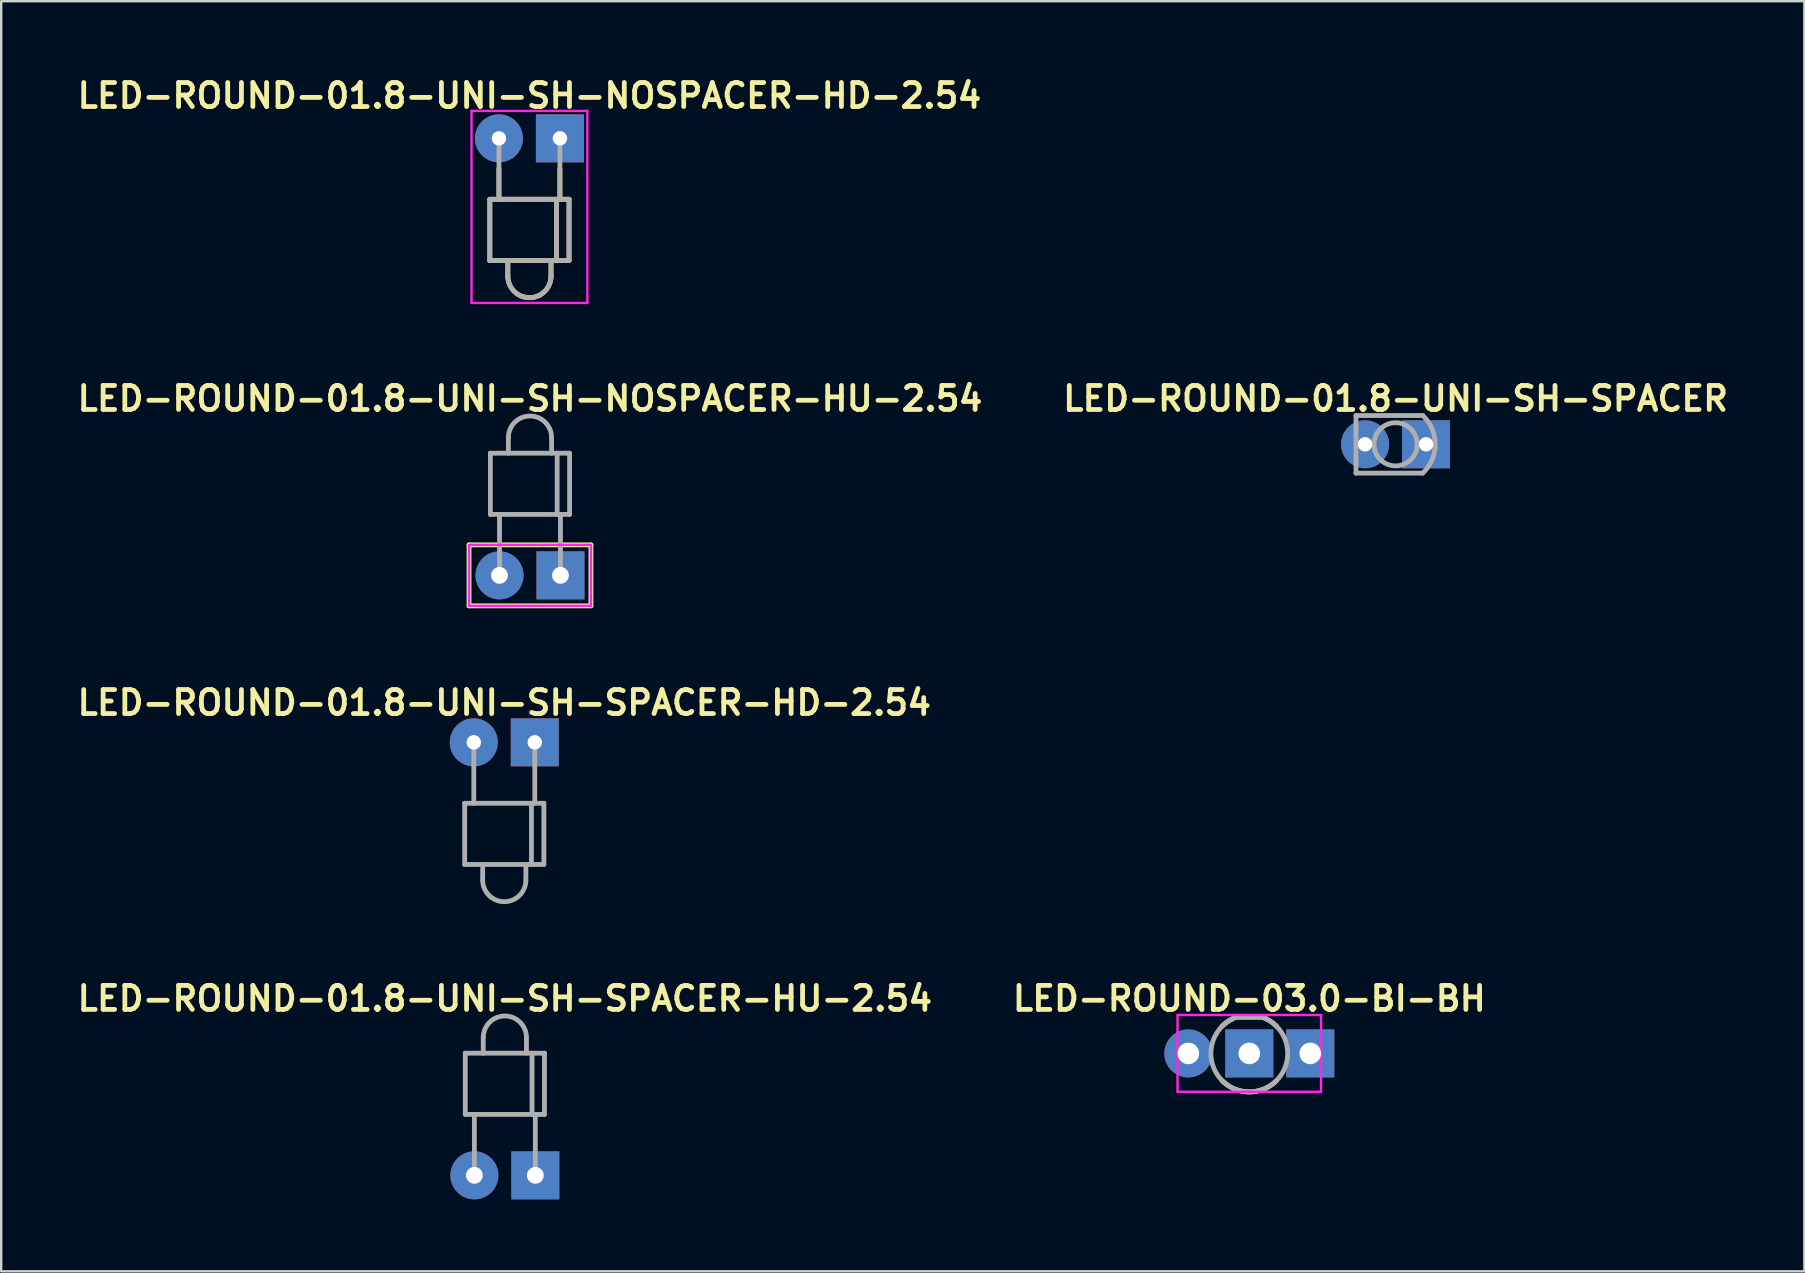
<source format=kicad_pcb>
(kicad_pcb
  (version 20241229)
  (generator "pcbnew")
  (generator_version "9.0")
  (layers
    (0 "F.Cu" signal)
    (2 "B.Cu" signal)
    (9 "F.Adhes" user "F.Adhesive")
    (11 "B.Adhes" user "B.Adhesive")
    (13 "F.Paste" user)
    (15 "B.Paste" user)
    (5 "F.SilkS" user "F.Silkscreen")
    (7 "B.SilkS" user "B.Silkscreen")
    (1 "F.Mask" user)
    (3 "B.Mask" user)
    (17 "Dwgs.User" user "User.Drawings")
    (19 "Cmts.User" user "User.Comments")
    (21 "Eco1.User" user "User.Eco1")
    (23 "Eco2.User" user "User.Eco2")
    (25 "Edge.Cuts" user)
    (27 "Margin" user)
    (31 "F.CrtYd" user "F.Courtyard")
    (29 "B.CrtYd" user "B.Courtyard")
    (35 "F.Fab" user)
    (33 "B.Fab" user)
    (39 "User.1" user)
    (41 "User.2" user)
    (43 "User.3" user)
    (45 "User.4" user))
  (footprint "LED-ROUND-01.8-UNI-SH-SPACER"
    (layer "F.Cu")
    (at 55.1 15.463)
    (property "Reference" "LED-ROUND-01.8-UNI-SH-SPACER" (at 0 -1.905 0) (layer "F.SilkS") (effects (font (size 1 1) (thickness 0.2))))
    (attr through_hole)
    (fp_line (start -1.65 -1.2) (end -1.65 1.2) (stroke (width 0.2) (type solid)) (layer "F.Fab"))
    (fp_line (start -1.65 -1.2) (end 1.132 -1.2) (stroke (width 0.2) (type solid)) (layer "F.Fab"))
    (fp_line (start -1.65 1.2) (end 1.132 1.2) (stroke (width 0.2) (type solid)) (layer "F.Fab"))
    (fp_arc (start 1.13282 -1.199674) (mid 1.65 0.000237) (end 1.132475 1.2) (stroke (width 0.2) (type solid)) (layer "F.Fab"))
    (fp_circle (center 0 0) (end 0.9 0) (stroke (width 0.2) (type solid)) (fill no) (layer "F.Fab"))
    (pad "A" thru_hole rect (at 1.27 0) (size 2 2) (drill 0.6) (layers "B.Cu" "B.Mask"))
    (pad "C" thru_hole circle (at -1.27 0) (size 2 2) (drill 0.6) (layers "B.Cu" "B.Mask")))
  (footprint "LED-ROUND-01.8-UNI-SH-NOSPACER-HD-2.54"
    (layer "F.Cu")
    (at 19.01 2.714)
    (property "Reference" "LED-ROUND-01.8-UNI-SH-NOSPACER-HD-2.54" (at 0 -1.778 0) (layer "F.SilkS") (effects (font (size 1 1) (thickness 0.2))))
    (attr through_hole)
    (fp_line (start -1.65 2.54) (end 1.65 2.54) (stroke (width 0.2) (type solid)) (layer "F.SilkS"))
    (fp_line (start -1.65 5.09) (end -1.65 2.54) (stroke (width 0.2) (type solid)) (layer "F.SilkS"))
    (fp_line (start -1.65 5.09) (end 1.65 5.09) (stroke (width 0.2) (type solid)) (layer "F.SilkS"))
    (fp_line (start -1.27 2.54) (end -1.27 1.27) (stroke (width 0.2) (type solid)) (layer "F.SilkS"))
    (fp_line (start -0.9 5.74) (end -0.9 5.09) (stroke (width 0.2) (type solid)) (layer "F.SilkS"))
    (fp_line (start 0.9 5.74) (end 0.9 5.09) (stroke (width 0.2) (type solid)) (layer "F.SilkS"))
    (fp_line (start 1.132 5.09) (end 1.132 2.54) (stroke (width 0.2) (type solid)) (layer "F.SilkS"))
    (fp_line (start 1.27 2.54) (end 1.27 1.27) (stroke (width 0.2) (type solid)) (layer "F.SilkS"))
    (fp_line (start 1.65 5.09) (end 1.65 2.54) (stroke (width 0.2) (type solid)) (layer "F.SilkS"))
    (fp_arc (start 0.9 5.74) (mid 0 6.64) (end -0.9 5.74) (stroke (width 0.2) (type solid)) (layer "F.SilkS"))
    (fp_line (start -2.413 -1.143) (end 2.413 -1.143) (stroke (width 0.1) (type solid)) (layer "F.CrtYd"))
    (fp_line (start -2.413 6.858) (end -2.413 -1.143) (stroke (width 0.1) (type solid)) (layer "F.CrtYd"))
    (fp_line (start -2.413 6.858) (end 2.413 6.858) (stroke (width 0.1) (type solid)) (layer "F.CrtYd"))
    (fp_line (start 2.413 6.858) (end 2.413 -1.143) (stroke (width 0.1) (type solid)) (layer "F.CrtYd"))
    (fp_line (start -1.65 2.54) (end 1.65 2.54) (stroke (width 0.2) (type solid)) (layer "F.Fab"))
    (fp_line (start -1.65 5.09) (end -1.65 2.54) (stroke (width 0.2) (type solid)) (layer "F.Fab"))
    (fp_line (start -1.65 5.09) (end 1.65 5.09) (stroke (width 0.2) (type solid)) (layer "F.Fab"))
    (fp_line (start -1.27 2.54) (end -1.27 0) (stroke (width 0.2) (type solid)) (layer "F.Fab"))
    (fp_line (start -0.9 5.74) (end -0.9 5.09) (stroke (width 0.2) (type solid)) (layer "F.Fab"))
    (fp_line (start 0.9 5.74) (end 0.9 5.09) (stroke (width 0.2) (type solid)) (layer "F.Fab"))
    (fp_line (start 1.132 5.09) (end 1.132 2.54) (stroke (width 0.2) (type solid)) (layer "F.Fab"))
    (fp_line (start 1.27 2.54) (end 1.27 0) (stroke (width 0.2) (type solid)) (layer "F.Fab"))
    (fp_line (start 1.65 5.09) (end 1.65 2.54) (stroke (width 0.2) (type solid)) (layer "F.Fab"))
    (fp_arc (start 0.9 5.74) (mid 0 6.64) (end -0.9 5.74) (stroke (width 0.2) (type solid)) (layer "F.Fab"))
    (pad "A" thru_hole rect (at 1.27 0) (size 2 2) (drill 0.6) (layers "*.Cu" "*.Mask"))
    (pad "C" thru_hole circle (at -1.27 0) (size 2 2) (drill 0.6) (layers "*.Cu" "*.Mask")))
  (footprint "LED-ROUND-01.8-UNI-SH-SPACER-HD-2.54"
    (layer "F.Cu")
    (at 17.962 27.881)
    (property "Reference" "LED-ROUND-01.8-UNI-SH-SPACER-HD-2.54" (at 0 -1.651 0) (layer "F.SilkS") (effects (font (size 1 1) (thickness 0.2))))
    (attr through_hole)
    (fp_line (start -1.65 2.54) (end 1.65 2.54) (stroke (width 0.2) (type solid)) (layer "F.Fab"))
    (fp_line (start -1.65 5.09) (end -1.65 2.54) (stroke (width 0.2) (type solid)) (layer "F.Fab"))
    (fp_line (start -1.65 5.09) (end 1.65 5.09) (stroke (width 0.2) (type solid)) (layer "F.Fab"))
    (fp_line (start -1.27 2.54) (end -1.27 0) (stroke (width 0.2) (type solid)) (layer "F.Fab"))
    (fp_line (start -0.9 5.74) (end -0.9 5.09) (stroke (width 0.2) (type solid)) (layer "F.Fab"))
    (fp_line (start 0.9 5.74) (end 0.9 5.09) (stroke (width 0.2) (type solid)) (layer "F.Fab"))
    (fp_line (start 1.132 5.09) (end 1.132 2.54) (stroke (width 0.2) (type solid)) (layer "F.Fab"))
    (fp_line (start 1.27 2.54) (end 1.27 0) (stroke (width 0.2) (type solid)) (layer "F.Fab"))
    (fp_line (start 1.65 5.09) (end 1.65 2.54) (stroke (width 0.2) (type solid)) (layer "F.Fab"))
    (fp_arc (start 0.9 5.74) (mid 0 6.64) (end -0.9 5.74) (stroke (width 0.2) (type solid)) (layer "F.Fab"))
    (pad "A" thru_hole rect (at 1.27 0) (size 2 2) (drill 0.6) (layers "B.Cu" "B.Mask"))
    (pad "C" thru_hole circle (at -1.27 0) (size 2 2) (drill 0.6) (layers "B.Cu" "B.Mask")))
  (footprint "LED-ROUND-01.8-UNI-SH-NOSPACER-HU-2.54"
    (layer "F.Cu")
    (at 19.033 20.924)
    (property "Reference" "LED-ROUND-01.8-UNI-SH-NOSPACER-HU-2.54" (at 0 -7.366 0) (layer "F.SilkS") (effects (font (size 1 1) (thickness 0.2))))
    (attr through_hole)
    (fp_line (start -2.54 -1.27) (end -2.54 1.27) (stroke (width 0.2) (type solid)) (layer "F.SilkS"))
    (fp_line (start -2.54 -1.27) (end 2.54 -1.27) (stroke (width 0.2) (type solid)) (layer "F.SilkS"))
    (fp_line (start -2.54 1.27) (end 2.54 1.27) (stroke (width 0.2) (type solid)) (layer "F.SilkS"))
    (fp_line (start 2.54 -1.27) (end 2.54 1.27) (stroke (width 0.2) (type solid)) (layer "F.SilkS"))
    (fp_line (start -2.54 -1.27) (end -2.54 1.27) (stroke (width 0.1) (type solid)) (layer "F.CrtYd"))
    (fp_line (start -2.54 -1.27) (end 2.54 -1.27) (stroke (width 0.1) (type solid)) (layer "F.CrtYd"))
    (fp_line (start -2.54 1.27) (end 2.54 1.27) (stroke (width 0.1) (type solid)) (layer "F.CrtYd"))
    (fp_line (start 2.54 -1.27) (end 2.54 1.27) (stroke (width 0.1) (type solid)) (layer "F.CrtYd"))
    (fp_line (start -1.65 -5.09) (end -1.65 -2.54) (stroke (width 0.2) (type solid)) (layer "F.Fab"))
    (fp_line (start -1.65 -5.09) (end 1.65 -5.09) (stroke (width 0.2) (type solid)) (layer "F.Fab"))
    (fp_line (start -1.65 -2.54) (end 1.65 -2.54) (stroke (width 0.2) (type solid)) (layer "F.Fab"))
    (fp_line (start -1.27 -2.54) (end -1.27 0) (stroke (width 0.2) (type solid)) (layer "F.Fab"))
    (fp_line (start -0.9 -5.74) (end -0.9 -5.09) (stroke (width 0.2) (type solid)) (layer "F.Fab"))
    (fp_line (start 0.9 -5.74) (end 0.9 -5.09) (stroke (width 0.2) (type solid)) (layer "F.Fab"))
    (fp_line (start 1.132 -5.09) (end 1.132 -2.54) (stroke (width 0.2) (type solid)) (layer "F.Fab"))
    (fp_line (start 1.27 -2.54) (end 1.27 0) (stroke (width 0.2) (type solid)) (layer "F.Fab"))
    (fp_line (start 1.65 -5.09) (end 1.65 -2.54) (stroke (width 0.2) (type solid)) (layer "F.Fab"))
    (fp_arc (start -0.9 -5.74) (mid 0 -6.64) (end 0.9 -5.74) (stroke (width 0.2) (type solid)) (layer "F.Fab"))
    (pad "A" thru_hole rect (at 1.27 0) (size 2 2) (drill 0.7) (layers "*.Cu" "*.Mask"))
    (pad "C" thru_hole circle (at -1.27 0) (size 2 2) (drill 0.7) (layers "*.Cu" "*.Mask")))
  (footprint "LED-ROUND-03.0-BI-BH"
    (layer "F.Cu")
    (at 49.005 40.843)
    (property "Reference" "LED-ROUND-03.0-BI-BH" (at 0 -2.286 0) (layer "F.SilkS") (effects (font (size 1 1) (thickness 0.2))))
    (attr through_hole)
    (fp_line (start -0.508 -1.524) (end 0.508 -1.524) (stroke (width 0.2) (type solid)) (layer "F.SilkS"))
    (fp_arc (start -1.136615 -1.135229) (mid -0.84497 -1.366259) (end -0.508 -1.524) (stroke (width 0.2) (type solid)) (layer "F.SilkS"))
    (fp_arc (start -0.508 1.524) (mid -0.844554 1.366517) (end -1.135923 1.135923) (stroke (width 0.2) (type solid)) (layer "F.SilkS"))
    (fp_arc (start 0.508 -1.524) (mid 0.844971 -1.366259) (end 1.136615 -1.135229) (stroke (width 0.2) (type solid)) (layer "F.SilkS"))
    (fp_arc (start 0.508 1.524) (mid 0 1.606437) (end -0.507999 1.524) (stroke (width 0.2) (type solid)) (layer "F.SilkS"))
    (fp_arc (start 1.135923 1.135923) (mid 0.844554 1.366518) (end 0.508 1.524) (stroke (width 0.2) (type solid)) (layer "F.SilkS"))
    (fp_line (start -2.99 -1.6) (end -2.99 1.6) (stroke (width 0.1) (type solid)) (layer "F.CrtYd"))
    (fp_line (start -2.99 -1.6) (end 2.99 -1.6) (stroke (width 0.1) (type solid)) (layer "F.CrtYd"))
    (fp_line (start -2.99 1.6) (end 2.99 1.6) (stroke (width 0.1) (type solid)) (layer "F.CrtYd"))
    (fp_line (start 2.99 -1.6) (end 2.99 1.6) (stroke (width 0.1) (type solid)) (layer "F.CrtYd"))
    (fp_line (start -0.557 -1.5) (end 0.557 -1.5) (stroke (width 0.2) (type solid)) (layer "F.Fab"))
    (fp_arc (start 0.556037 -1.500274) (mid 0.000394 1.6) (end -0.556776 -1.5) (stroke (width 0.2) (type solid)) (layer "F.Fab"))
    (pad "A1" thru_hole circle (at -2.54 0) (size 2 2) (drill 0.9) (layers "B.Cu" "B.Mask"))
    (pad "A2" thru_hole rect (at 2.54 0) (size 2 2) (drill 0.9) (layers "B.Cu" "B.Mask"))
    (pad "C" thru_hole rect (at 0 0) (size 2 2) (drill 0.9) (layers "B.Cu" "B.Mask")))
  (footprint "LED-ROUND-01.8-UNI-SH-SPACER-HU-2.54"
    (layer "F.Cu")
    (at 17.986 45.923)
    (property "Reference" "LED-ROUND-01.8-UNI-SH-SPACER-HU-2.54" (at 0 -7.366 0) (layer "F.SilkS") (effects (font (size 1 1) (thickness 0.2))))
    (attr through_hole)
    (fp_line (start -1.65 -5.09) (end -1.65 -2.54) (stroke (width 0.2) (type solid)) (layer "F.Fab"))
    (fp_line (start -1.65 -5.09) (end 1.65 -5.09) (stroke (width 0.2) (type solid)) (layer "F.Fab"))
    (fp_line (start -1.65 -2.54) (end 1.65 -2.54) (stroke (width 0.2) (type solid)) (layer "F.Fab"))
    (fp_line (start -1.27 -2.54) (end -1.27 0) (stroke (width 0.2) (type solid)) (layer "F.Fab"))
    (fp_line (start -0.9 -5.74) (end -0.9 -5.09) (stroke (width 0.2) (type solid)) (layer "F.Fab"))
    (fp_line (start 0.9 -5.74) (end 0.9 -5.09) (stroke (width 0.2) (type solid)) (layer "F.Fab"))
    (fp_line (start 1.132 -5.09) (end 1.132 -2.54) (stroke (width 0.2) (type solid)) (layer "F.Fab"))
    (fp_line (start 1.27 -2.54) (end 1.27 0) (stroke (width 0.2) (type solid)) (layer "F.Fab"))
    (fp_line (start 1.65 -5.09) (end 1.65 -2.54) (stroke (width 0.2) (type solid)) (layer "F.Fab"))
    (fp_arc (start -0.9 -5.74) (mid 0 -6.64) (end 0.9 -5.74) (stroke (width 0.2) (type solid)) (layer "F.Fab"))
    (pad "A" thru_hole rect (at 1.27 0) (size 2 2) (drill 0.7) (layers "B.Cu" "B.Mask"))
    (pad "C" thru_hole circle (at -1.27 0) (size 2 2) (drill 0.7) (layers "B.Cu" "B.Mask")))
  (gr_rect
    (start -3 -3)
    (end 72.133 49.923)
    (stroke (width 0.1) (type default))
    (fill no)
    (layer "Edge.Cuts")))
</source>
